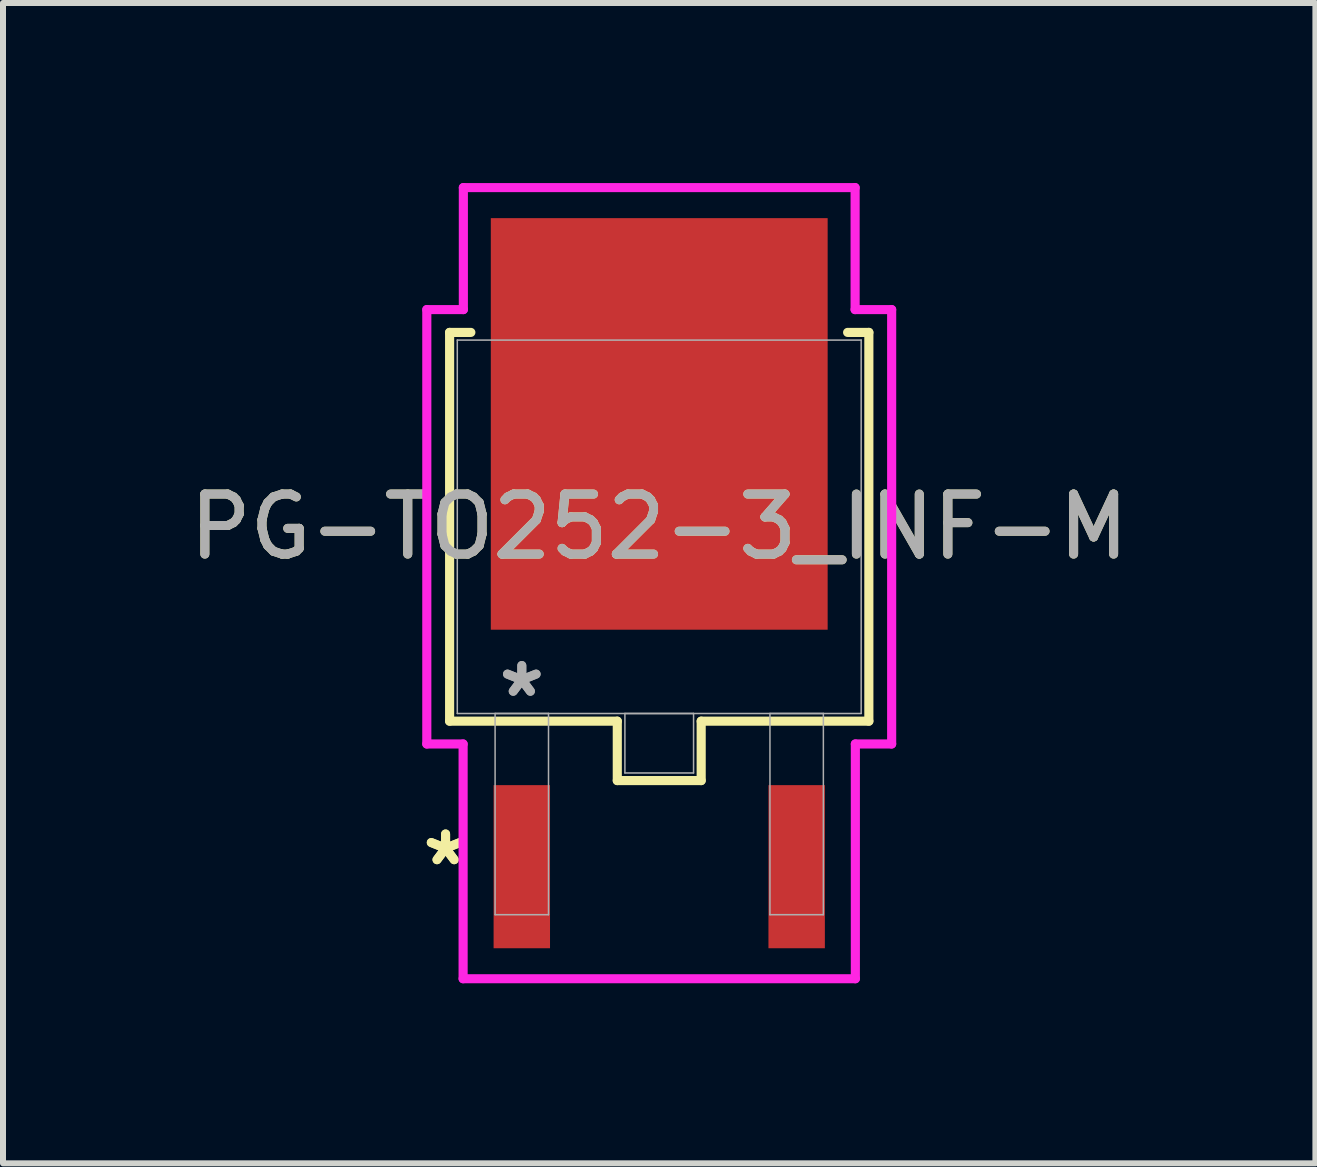
<source format=kicad_pcb>
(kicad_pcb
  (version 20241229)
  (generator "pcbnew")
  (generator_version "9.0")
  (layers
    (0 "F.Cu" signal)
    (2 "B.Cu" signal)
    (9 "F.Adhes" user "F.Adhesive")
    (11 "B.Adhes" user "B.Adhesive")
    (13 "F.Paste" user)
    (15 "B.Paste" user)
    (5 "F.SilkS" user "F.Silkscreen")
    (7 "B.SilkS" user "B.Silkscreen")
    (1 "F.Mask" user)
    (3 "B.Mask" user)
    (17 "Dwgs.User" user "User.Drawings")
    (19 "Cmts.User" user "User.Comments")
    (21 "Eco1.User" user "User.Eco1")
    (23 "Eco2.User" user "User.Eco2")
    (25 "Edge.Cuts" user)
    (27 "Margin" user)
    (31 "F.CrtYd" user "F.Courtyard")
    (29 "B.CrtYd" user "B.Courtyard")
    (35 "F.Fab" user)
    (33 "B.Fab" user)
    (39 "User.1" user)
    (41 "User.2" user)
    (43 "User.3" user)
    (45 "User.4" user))
  (footprint "PG-TO252-3_INF-M"
    (layer "F.Cu")
    (at 7.935 5.728)
    (property "Reference" "PG-TO252-3_INF-M" (at 0 0 0) (unlocked yes) (layer "F.SilkS") (effects (font (size 1 1) (thickness 0.15))))
    (attr smd)
    (fp_line (start -3.493 -3.239) (end -3.493 3.239) (stroke (width 0.152) (type solid)) (layer "F.SilkS"))
    (fp_line (start -3.493 3.239) (end -0.699 3.239) (stroke (width 0.152) (type solid)) (layer "F.SilkS"))
    (fp_line (start -3.139 -3.239) (end -3.493 -3.239) (stroke (width 0.152) (type solid)) (layer "F.SilkS"))
    (fp_line (start -0.699 3.239) (end -0.699 4.229) (stroke (width 0.152) (type solid)) (layer "F.SilkS"))
    (fp_line (start -0.699 4.229) (end 0.699 4.229) (stroke (width 0.152) (type solid)) (layer "F.SilkS"))
    (fp_line (start 0.699 3.239) (end 3.493 3.239) (stroke (width 0.152) (type solid)) (layer "F.SilkS"))
    (fp_line (start 0.699 4.229) (end 0.699 3.239) (stroke (width 0.152) (type solid)) (layer "F.SilkS"))
    (fp_line (start 3.493 -3.239) (end 3.139 -3.239) (stroke (width 0.152) (type solid)) (layer "F.SilkS"))
    (fp_line (start 3.493 3.239) (end 3.493 -3.239) (stroke (width 0.152) (type solid)) (layer "F.SilkS"))
    (fp_line (start -3.873 -3.619) (end -3.264 -3.619) (stroke (width 0.152) (type solid)) (layer "F.CrtYd"))
    (fp_line (start -3.873 3.619) (end -3.873 -3.619) (stroke (width 0.152) (type solid)) (layer "F.CrtYd"))
    (fp_line (start -3.268 3.619) (end -3.873 3.619) (stroke (width 0.152) (type solid)) (layer "F.CrtYd"))
    (fp_line (start -3.268 7.531) (end -3.268 3.619) (stroke (width 0.152) (type solid)) (layer "F.CrtYd"))
    (fp_line (start -3.264 -5.652) (end 3.264 -5.652) (stroke (width 0.152) (type solid)) (layer "F.CrtYd"))
    (fp_line (start -3.264 -3.619) (end -3.264 -5.652) (stroke (width 0.152) (type solid)) (layer "F.CrtYd"))
    (fp_line (start 3.264 -5.652) (end 3.264 -3.619) (stroke (width 0.152) (type solid)) (layer "F.CrtYd"))
    (fp_line (start 3.264 -3.619) (end 3.873 -3.619) (stroke (width 0.152) (type solid)) (layer "F.CrtYd"))
    (fp_line (start 3.268 3.619) (end 3.268 7.531) (stroke (width 0.152) (type solid)) (layer "F.CrtYd"))
    (fp_line (start 3.268 7.531) (end -3.268 7.531) (stroke (width 0.152) (type solid)) (layer "F.CrtYd"))
    (fp_line (start 3.873 -3.619) (end 3.873 3.619) (stroke (width 0.152) (type solid)) (layer "F.CrtYd"))
    (fp_line (start 3.873 3.619) (end 3.268 3.619) (stroke (width 0.152) (type solid)) (layer "F.CrtYd"))
    (fp_line (start -3.365 -3.111) (end -3.365 3.111) (stroke (width 0.025) (type solid)) (layer "F.Fab"))
    (fp_line (start -3.365 3.111) (end 3.365 3.111) (stroke (width 0.025) (type solid)) (layer "F.Fab"))
    (fp_line (start -2.735 3.111) (end -2.735 6.464) (stroke (width 0.025) (type solid)) (layer "F.Fab"))
    (fp_line (start -2.735 6.464) (end -1.845 6.464) (stroke (width 0.025) (type solid)) (layer "F.Fab"))
    (fp_line (start -1.845 3.111) (end -2.735 3.111) (stroke (width 0.025) (type solid)) (layer "F.Fab"))
    (fp_line (start -1.845 6.464) (end -1.845 3.111) (stroke (width 0.025) (type solid)) (layer "F.Fab"))
    (fp_line (start -0.572 3.111) (end -0.572 4.102) (stroke (width 0.025) (type solid)) (layer "F.Fab"))
    (fp_line (start -0.572 4.102) (end 0.572 4.102) (stroke (width 0.025) (type solid)) (layer "F.Fab"))
    (fp_line (start 0.572 3.111) (end -0.572 3.111) (stroke (width 0.025) (type solid)) (layer "F.Fab"))
    (fp_line (start 0.572 4.102) (end 0.572 3.111) (stroke (width 0.025) (type solid)) (layer "F.Fab"))
    (fp_line (start 1.845 3.111) (end 1.845 6.464) (stroke (width 0.025) (type solid)) (layer "F.Fab"))
    (fp_line (start 1.845 6.464) (end 2.735 6.464) (stroke (width 0.025) (type solid)) (layer "F.Fab"))
    (fp_line (start 2.735 3.111) (end 1.845 3.111) (stroke (width 0.025) (type solid)) (layer "F.Fab"))
    (fp_line (start 2.735 6.464) (end 2.735 3.111) (stroke (width 0.025) (type solid)) (layer "F.Fab"))
    (fp_line (start 3.365 -3.111) (end -3.365 -3.111) (stroke (width 0.025) (type solid)) (layer "F.Fab"))
    (fp_line (start 3.365 3.111) (end 3.365 -3.111) (stroke (width 0.025) (type solid)) (layer "F.Fab"))
    (fp_text user "*" (at -3.56 5.664 0) (layer "F.SilkS") (effects (font (size 1 1) (thickness 0.15))))
    (fp_text user "*" (at -3.56 5.664 0) (unlocked yes) (layer "F.SilkS") (effects (font (size 1 1) (thickness 0.15))))
    (fp_text user "*" (at -2.29 2.857 0) (unlocked yes) (layer "F.Fab") (effects (font (size 1 1) (thickness 0.15))))
    (fp_text user "*" (at -2.29 2.857 0) (layer "F.Fab") (effects (font (size 1 1) (thickness 0.15))))
    (fp_text user "${REFERENCE}" (at 0 0 0) (unlocked yes) (layer "F.Fab") (effects (font (size 1 1) (thickness 0.15))))
    (pad "1" smd rect (at -2.29 5.664) (size 0.94 2.718) (layers "F.Cu" "F.Mask" "F.Paste"))
    (pad "2" smd rect (at 0 -1.714) (size 5.613 6.858) (layers "F.Cu" "F.Mask" "F.Paste"))
    (pad "3" smd rect (at 2.29 5.664) (size 0.94 2.718) (layers "F.Cu" "F.Mask" "F.Paste")))
  (gr_rect
    (start -3 -3)
    (end 18.869 16.335)
    (stroke (width 0.1) (type default))
    (fill no)
    (layer "Edge.Cuts")))
</source>
